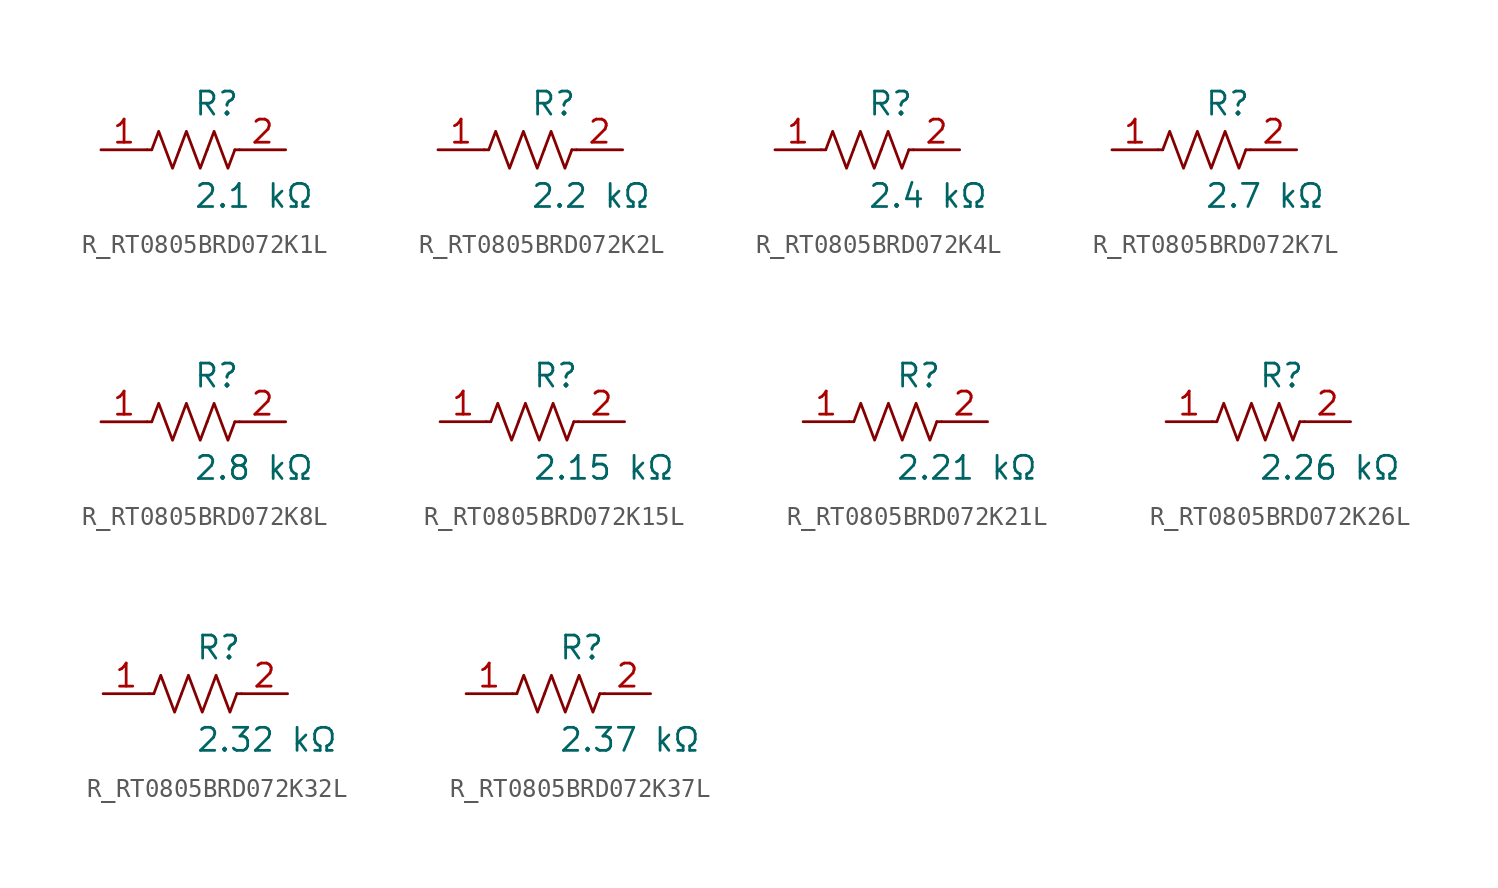
<source format=kicad_sym>
(kicad_symbol_lib
  (version 20231120)
  (generator kicad_symbol_editor)
  (generator_version 8.0)
  (symbol "R_RT0805BRD072K1L"
    (pin_names
      (offset 0.254))
    (property "Reference" "R"
      (at 0.0 2.54 0)
      (effects (font (size 1.27 1.27)) (justify left)))
    (property "Value" "2.1 kΩ"
      (at 0.0 -2.54 0)
      (effects (font (size 1.27 1.27)) (justify left)))
    (symbol "R_RT0805BRD072K1L_0_1"
      (polyline (pts (xy 2.286 0) (xy 2.54 0)) (stroke (width 0) (type default)) (fill (type none)))
      (polyline (pts (xy -2.286 0) (xy -2.54 0)) (stroke (width 0) (type default)) (fill (type none)))
      (polyline (pts (xy 0.762 0) (xy 1.143 1.016) (xy 1.524 0) (xy 1.905 -1.016) (xy 2.286 0)) (stroke (width 0) (type default)) (fill (type none)))
      (polyline (pts (xy -0.762 0) (xy -0.381 1.016) (xy 0 0) (xy 0.381 -1.016) (xy 0.762 0)) (stroke (width 0) (type default)) (fill (type none)))
      (polyline (pts (xy -2.286 0) (xy -1.905 1.016) (xy -1.524 0) (xy -1.143 -1.016) (xy -0.762 0)) (stroke (width 0) (type default)) (fill (type none))))
    (pin unspecified line
      (at -5.08 0 0)
      (length 2.54)
      (name "" (effects (font (size 1.27 1.27))))
      (number "1" (effects (font (size 1.27 1.27)))))
    (pin unspecified line
      (at 5.08 0 180)
      (length 2.54)
      (name "" (effects (font (size 1.27 1.27))))
      (number "2" (effects (font (size 1.27 1.27))))))
  (symbol "R_RT0805BRD072K2L"
    (pin_names
      (offset 0.254))
    (property "Reference" "R"
      (at 0.0 2.54 0)
      (effects (font (size 1.27 1.27)) (justify left)))
    (property "Value" "2.2 kΩ"
      (at 0.0 -2.54 0)
      (effects (font (size 1.27 1.27)) (justify left)))
    (symbol "R_RT0805BRD072K2L_0_1"
      (polyline (pts (xy 2.286 0) (xy 2.54 0)) (stroke (width 0) (type default)) (fill (type none)))
      (polyline (pts (xy -2.286 0) (xy -2.54 0)) (stroke (width 0) (type default)) (fill (type none)))
      (polyline (pts (xy 0.762 0) (xy 1.143 1.016) (xy 1.524 0) (xy 1.905 -1.016) (xy 2.286 0)) (stroke (width 0) (type default)) (fill (type none)))
      (polyline (pts (xy -0.762 0) (xy -0.381 1.016) (xy 0 0) (xy 0.381 -1.016) (xy 0.762 0)) (stroke (width 0) (type default)) (fill (type none)))
      (polyline (pts (xy -2.286 0) (xy -1.905 1.016) (xy -1.524 0) (xy -1.143 -1.016) (xy -0.762 0)) (stroke (width 0) (type default)) (fill (type none))))
    (pin unspecified line
      (at -5.08 0 0)
      (length 2.54)
      (name "" (effects (font (size 1.27 1.27))))
      (number "1" (effects (font (size 1.27 1.27)))))
    (pin unspecified line
      (at 5.08 0 180)
      (length 2.54)
      (name "" (effects (font (size 1.27 1.27))))
      (number "2" (effects (font (size 1.27 1.27))))))
  (symbol "R_RT0805BRD072K4L"
    (pin_names
      (offset 0.254))
    (property "Reference" "R"
      (at 0.0 2.54 0)
      (effects (font (size 1.27 1.27)) (justify left)))
    (property "Value" "2.4 kΩ"
      (at 0.0 -2.54 0)
      (effects (font (size 1.27 1.27)) (justify left)))
    (symbol "R_RT0805BRD072K4L_0_1"
      (polyline (pts (xy 2.286 0) (xy 2.54 0)) (stroke (width 0) (type default)) (fill (type none)))
      (polyline (pts (xy -2.286 0) (xy -2.54 0)) (stroke (width 0) (type default)) (fill (type none)))
      (polyline (pts (xy 0.762 0) (xy 1.143 1.016) (xy 1.524 0) (xy 1.905 -1.016) (xy 2.286 0)) (stroke (width 0) (type default)) (fill (type none)))
      (polyline (pts (xy -0.762 0) (xy -0.381 1.016) (xy 0 0) (xy 0.381 -1.016) (xy 0.762 0)) (stroke (width 0) (type default)) (fill (type none)))
      (polyline (pts (xy -2.286 0) (xy -1.905 1.016) (xy -1.524 0) (xy -1.143 -1.016) (xy -0.762 0)) (stroke (width 0) (type default)) (fill (type none))))
    (pin unspecified line
      (at -5.08 0 0)
      (length 2.54)
      (name "" (effects (font (size 1.27 1.27))))
      (number "1" (effects (font (size 1.27 1.27)))))
    (pin unspecified line
      (at 5.08 0 180)
      (length 2.54)
      (name "" (effects (font (size 1.27 1.27))))
      (number "2" (effects (font (size 1.27 1.27))))))
  (symbol "R_RT0805BRD072K7L"
    (pin_names
      (offset 0.254))
    (property "Reference" "R"
      (at 0.0 2.54 0)
      (effects (font (size 1.27 1.27)) (justify left)))
    (property "Value" "2.7 kΩ"
      (at 0.0 -2.54 0)
      (effects (font (size 1.27 1.27)) (justify left)))
    (symbol "R_RT0805BRD072K7L_0_1"
      (polyline (pts (xy 2.286 0) (xy 2.54 0)) (stroke (width 0) (type default)) (fill (type none)))
      (polyline (pts (xy -2.286 0) (xy -2.54 0)) (stroke (width 0) (type default)) (fill (type none)))
      (polyline (pts (xy 0.762 0) (xy 1.143 1.016) (xy 1.524 0) (xy 1.905 -1.016) (xy 2.286 0)) (stroke (width 0) (type default)) (fill (type none)))
      (polyline (pts (xy -0.762 0) (xy -0.381 1.016) (xy 0 0) (xy 0.381 -1.016) (xy 0.762 0)) (stroke (width 0) (type default)) (fill (type none)))
      (polyline (pts (xy -2.286 0) (xy -1.905 1.016) (xy -1.524 0) (xy -1.143 -1.016) (xy -0.762 0)) (stroke (width 0) (type default)) (fill (type none))))
    (pin unspecified line
      (at -5.08 0 0)
      (length 2.54)
      (name "" (effects (font (size 1.27 1.27))))
      (number "1" (effects (font (size 1.27 1.27)))))
    (pin unspecified line
      (at 5.08 0 180)
      (length 2.54)
      (name "" (effects (font (size 1.27 1.27))))
      (number "2" (effects (font (size 1.27 1.27))))))
  (symbol "R_RT0805BRD072K8L"
    (pin_names
      (offset 0.254))
    (property "Reference" "R"
      (at 0.0 2.54 0)
      (effects (font (size 1.27 1.27)) (justify left)))
    (property "Value" "2.8 kΩ"
      (at 0.0 -2.54 0)
      (effects (font (size 1.27 1.27)) (justify left)))
    (symbol "R_RT0805BRD072K8L_0_1"
      (polyline (pts (xy 2.286 0) (xy 2.54 0)) (stroke (width 0) (type default)) (fill (type none)))
      (polyline (pts (xy -2.286 0) (xy -2.54 0)) (stroke (width 0) (type default)) (fill (type none)))
      (polyline (pts (xy 0.762 0) (xy 1.143 1.016) (xy 1.524 0) (xy 1.905 -1.016) (xy 2.286 0)) (stroke (width 0) (type default)) (fill (type none)))
      (polyline (pts (xy -0.762 0) (xy -0.381 1.016) (xy 0 0) (xy 0.381 -1.016) (xy 0.762 0)) (stroke (width 0) (type default)) (fill (type none)))
      (polyline (pts (xy -2.286 0) (xy -1.905 1.016) (xy -1.524 0) (xy -1.143 -1.016) (xy -0.762 0)) (stroke (width 0) (type default)) (fill (type none))))
    (pin unspecified line
      (at -5.08 0 0)
      (length 2.54)
      (name "" (effects (font (size 1.27 1.27))))
      (number "1" (effects (font (size 1.27 1.27)))))
    (pin unspecified line
      (at 5.08 0 180)
      (length 2.54)
      (name "" (effects (font (size 1.27 1.27))))
      (number "2" (effects (font (size 1.27 1.27))))))
  (symbol "R_RT0805BRD072K15L"
    (pin_names
      (offset 0.254))
    (property "Reference" "R"
      (at 0.0 2.54 0)
      (effects (font (size 1.27 1.27)) (justify left)))
    (property "Value" "2.15 kΩ"
      (at 0.0 -2.54 0)
      (effects (font (size 1.27 1.27)) (justify left)))
    (symbol "R_RT0805BRD072K15L_0_1"
      (polyline (pts (xy 2.286 0) (xy 2.54 0)) (stroke (width 0) (type default)) (fill (type none)))
      (polyline (pts (xy -2.286 0) (xy -2.54 0)) (stroke (width 0) (type default)) (fill (type none)))
      (polyline (pts (xy 0.762 0) (xy 1.143 1.016) (xy 1.524 0) (xy 1.905 -1.016) (xy 2.286 0)) (stroke (width 0) (type default)) (fill (type none)))
      (polyline (pts (xy -0.762 0) (xy -0.381 1.016) (xy 0 0) (xy 0.381 -1.016) (xy 0.762 0)) (stroke (width 0) (type default)) (fill (type none)))
      (polyline (pts (xy -2.286 0) (xy -1.905 1.016) (xy -1.524 0) (xy -1.143 -1.016) (xy -0.762 0)) (stroke (width 0) (type default)) (fill (type none))))
    (pin unspecified line
      (at -5.08 0 0)
      (length 2.54)
      (name "" (effects (font (size 1.27 1.27))))
      (number "1" (effects (font (size 1.27 1.27)))))
    (pin unspecified line
      (at 5.08 0 180)
      (length 2.54)
      (name "" (effects (font (size 1.27 1.27))))
      (number "2" (effects (font (size 1.27 1.27))))))
  (symbol "R_RT0805BRD072K21L"
    (pin_names
      (offset 0.254))
    (property "Reference" "R"
      (at 0.0 2.54 0)
      (effects (font (size 1.27 1.27)) (justify left)))
    (property "Value" "2.21 kΩ"
      (at 0.0 -2.54 0)
      (effects (font (size 1.27 1.27)) (justify left)))
    (symbol "R_RT0805BRD072K21L_0_1"
      (polyline (pts (xy 2.286 0) (xy 2.54 0)) (stroke (width 0) (type default)) (fill (type none)))
      (polyline (pts (xy -2.286 0) (xy -2.54 0)) (stroke (width 0) (type default)) (fill (type none)))
      (polyline (pts (xy 0.762 0) (xy 1.143 1.016) (xy 1.524 0) (xy 1.905 -1.016) (xy 2.286 0)) (stroke (width 0) (type default)) (fill (type none)))
      (polyline (pts (xy -0.762 0) (xy -0.381 1.016) (xy 0 0) (xy 0.381 -1.016) (xy 0.762 0)) (stroke (width 0) (type default)) (fill (type none)))
      (polyline (pts (xy -2.286 0) (xy -1.905 1.016) (xy -1.524 0) (xy -1.143 -1.016) (xy -0.762 0)) (stroke (width 0) (type default)) (fill (type none))))
    (pin unspecified line
      (at -5.08 0 0)
      (length 2.54)
      (name "" (effects (font (size 1.27 1.27))))
      (number "1" (effects (font (size 1.27 1.27)))))
    (pin unspecified line
      (at 5.08 0 180)
      (length 2.54)
      (name "" (effects (font (size 1.27 1.27))))
      (number "2" (effects (font (size 1.27 1.27))))))
  (symbol "R_RT0805BRD072K26L"
    (pin_names
      (offset 0.254))
    (property "Reference" "R"
      (at 0.0 2.54 0)
      (effects (font (size 1.27 1.27)) (justify left)))
    (property "Value" "2.26 kΩ"
      (at 0.0 -2.54 0)
      (effects (font (size 1.27 1.27)) (justify left)))
    (symbol "R_RT0805BRD072K26L_0_1"
      (polyline (pts (xy 2.286 0) (xy 2.54 0)) (stroke (width 0) (type default)) (fill (type none)))
      (polyline (pts (xy -2.286 0) (xy -2.54 0)) (stroke (width 0) (type default)) (fill (type none)))
      (polyline (pts (xy 0.762 0) (xy 1.143 1.016) (xy 1.524 0) (xy 1.905 -1.016) (xy 2.286 0)) (stroke (width 0) (type default)) (fill (type none)))
      (polyline (pts (xy -0.762 0) (xy -0.381 1.016) (xy 0 0) (xy 0.381 -1.016) (xy 0.762 0)) (stroke (width 0) (type default)) (fill (type none)))
      (polyline (pts (xy -2.286 0) (xy -1.905 1.016) (xy -1.524 0) (xy -1.143 -1.016) (xy -0.762 0)) (stroke (width 0) (type default)) (fill (type none))))
    (pin unspecified line
      (at -5.08 0 0)
      (length 2.54)
      (name "" (effects (font (size 1.27 1.27))))
      (number "1" (effects (font (size 1.27 1.27)))))
    (pin unspecified line
      (at 5.08 0 180)
      (length 2.54)
      (name "" (effects (font (size 1.27 1.27))))
      (number "2" (effects (font (size 1.27 1.27))))))
  (symbol "R_RT0805BRD072K32L"
    (pin_names
      (offset 0.254))
    (property "Reference" "R"
      (at 0.0 2.54 0)
      (effects (font (size 1.27 1.27)) (justify left)))
    (property "Value" "2.32 kΩ"
      (at 0.0 -2.54 0)
      (effects (font (size 1.27 1.27)) (justify left)))
    (symbol "R_RT0805BRD072K32L_0_1"
      (polyline (pts (xy 2.286 0) (xy 2.54 0)) (stroke (width 0) (type default)) (fill (type none)))
      (polyline (pts (xy -2.286 0) (xy -2.54 0)) (stroke (width 0) (type default)) (fill (type none)))
      (polyline (pts (xy 0.762 0) (xy 1.143 1.016) (xy 1.524 0) (xy 1.905 -1.016) (xy 2.286 0)) (stroke (width 0) (type default)) (fill (type none)))
      (polyline (pts (xy -0.762 0) (xy -0.381 1.016) (xy 0 0) (xy 0.381 -1.016) (xy 0.762 0)) (stroke (width 0) (type default)) (fill (type none)))
      (polyline (pts (xy -2.286 0) (xy -1.905 1.016) (xy -1.524 0) (xy -1.143 -1.016) (xy -0.762 0)) (stroke (width 0) (type default)) (fill (type none))))
    (pin unspecified line
      (at -5.08 0 0)
      (length 2.54)
      (name "" (effects (font (size 1.27 1.27))))
      (number "1" (effects (font (size 1.27 1.27)))))
    (pin unspecified line
      (at 5.08 0 180)
      (length 2.54)
      (name "" (effects (font (size 1.27 1.27))))
      (number "2" (effects (font (size 1.27 1.27))))))
  (symbol "R_RT0805BRD072K37L"
    (pin_names
      (offset 0.254))
    (property "Reference" "R"
      (at 0.0 2.54 0)
      (effects (font (size 1.27 1.27)) (justify left)))
    (property "Value" "2.37 kΩ"
      (at 0.0 -2.54 0)
      (effects (font (size 1.27 1.27)) (justify left)))
    (symbol "R_RT0805BRD072K37L_0_1"
      (polyline (pts (xy 2.286 0) (xy 2.54 0)) (stroke (width 0) (type default)) (fill (type none)))
      (polyline (pts (xy -2.286 0) (xy -2.54 0)) (stroke (width 0) (type default)) (fill (type none)))
      (polyline (pts (xy 0.762 0) (xy 1.143 1.016) (xy 1.524 0) (xy 1.905 -1.016) (xy 2.286 0)) (stroke (width 0) (type default)) (fill (type none)))
      (polyline (pts (xy -0.762 0) (xy -0.381 1.016) (xy 0 0) (xy 0.381 -1.016) (xy 0.762 0)) (stroke (width 0) (type default)) (fill (type none)))
      (polyline (pts (xy -2.286 0) (xy -1.905 1.016) (xy -1.524 0) (xy -1.143 -1.016) (xy -0.762 0)) (stroke (width 0) (type default)) (fill (type none))))
    (pin unspecified line
      (at -5.08 0 0)
      (length 2.54)
      (name "" (effects (font (size 1.27 1.27))))
      (number "1" (effects (font (size 1.27 1.27)))))
    (pin unspecified line
      (at 5.08 0 180)
      (length 2.54)
      (name "" (effects (font (size 1.27 1.27))))
      (number "2" (effects (font (size 1.27 1.27)))))))
</source>
